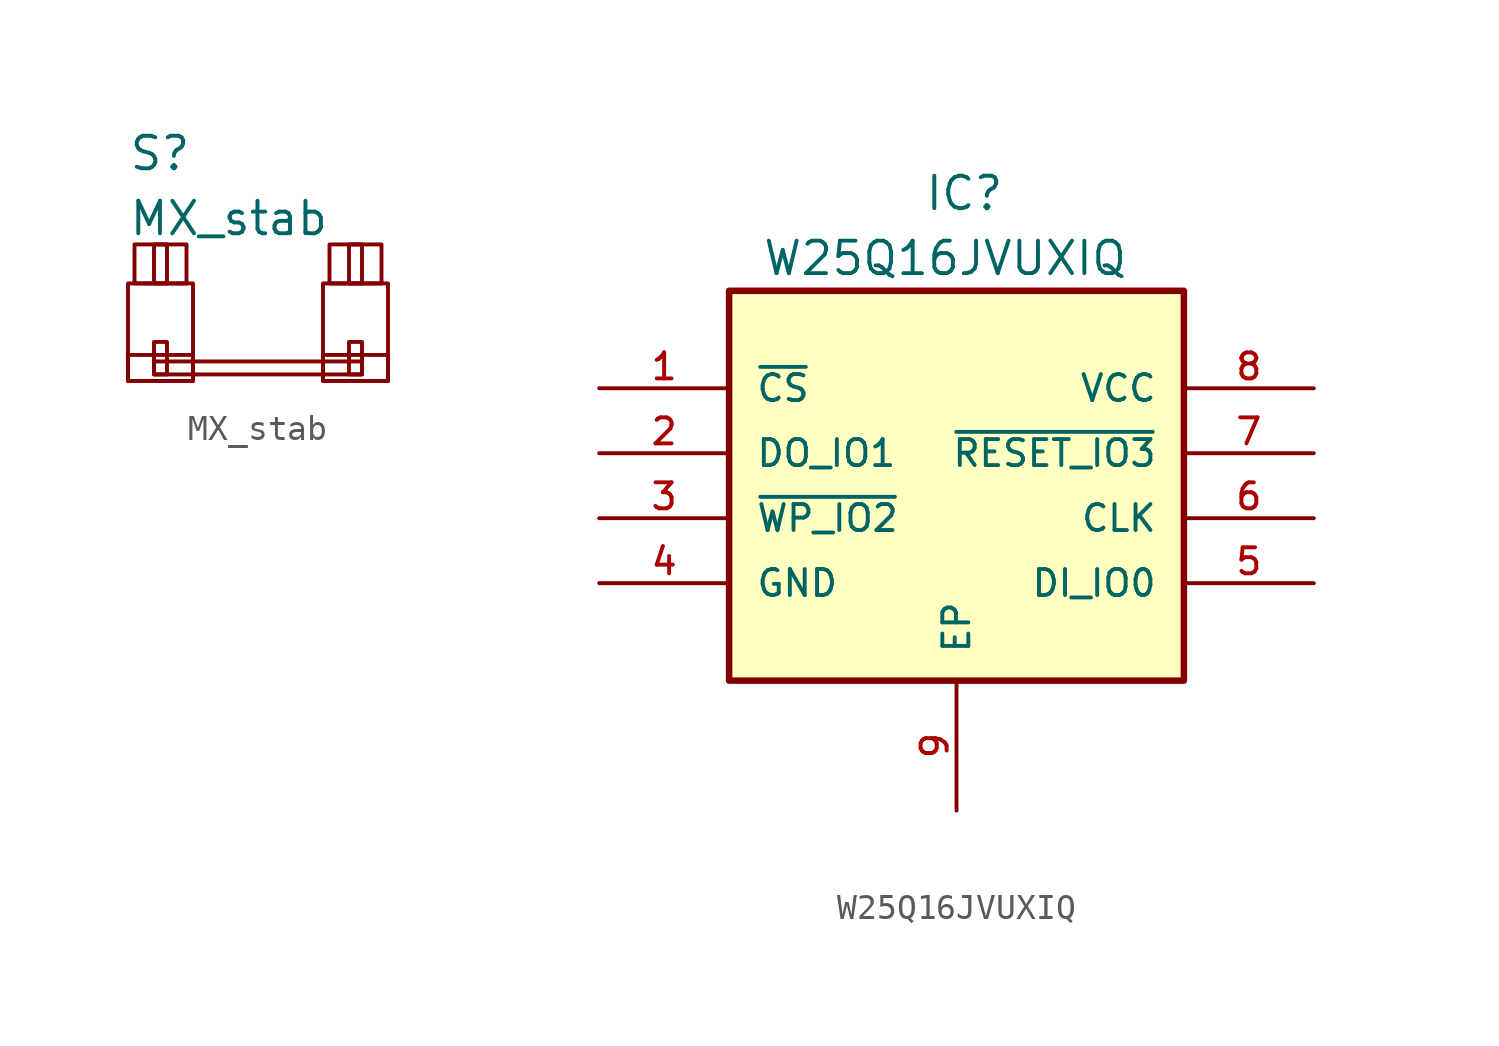
<source format=kicad_sym>
(kicad_symbol_lib
  (version 20220914)
  (generator kicad_symbol_editor)
  (symbol "MX_stab"
    (pin_names
      (offset 1.016))
    (property "Reference" "S"
      (at 0 6.604 0)
      (effects (font (size 1.27 1.27)) (justify left)))
    (property "Value" "MX_stab"
      (at 0 4.064 0)
      (effects (font (size 1.27 1.27)) (justify left)))
    (symbol "MX_stab_0_1"
      (rectangle (start 0 -1.27) (end 2.54 -2.286) (stroke (width 0) (type default)) (fill (type none)))
      (rectangle (start 0 1.524) (end 2.54 -2.286) (stroke (width 0) (type default)) (fill (type none)))
      (rectangle (start 0.254 3.048) (end 2.286 1.524) (stroke (width 0) (type default)) (fill (type none)))
      (rectangle (start 1.016 -2.032) (end 1.524 -0.762) (stroke (width 0) (type default)) (fill (type none)))
      (rectangle (start 1.016 -1.524) (end 9.144 -2.032) (stroke (width 0) (type default)) (fill (type none)))
      (rectangle (start 1.016 1.524) (end 1.524 3.048) (stroke (width 0) (type default)) (fill (type none)))
      (rectangle (start 7.62 -1.27) (end 10.16 -2.286) (stroke (width 0) (type default)) (fill (type none)))
      (rectangle (start 7.62 1.524) (end 10.16 -2.286) (stroke (width 0) (type default)) (fill (type none)))
      (rectangle (start 7.874 3.048) (end 9.906 1.524) (stroke (width 0) (type default)) (fill (type none)))
      (rectangle (start 8.636 1.524) (end 9.144 3.048) (stroke (width 0) (type default)) (fill (type none)))
      (rectangle (start 9.144 -2.032) (end 8.636 -0.762) (stroke (width 0) (type default)) (fill (type none)))))
  (symbol "W25Q16JVUXIQ"
    (pin_names
      (offset 1.016))
    (property "Reference" "IC"
      (at -1.27 12.7 0)
      (effects (font (size 1.27 1.27)) (justify left)))
    (property "Value" "W25Q16JVUXIQ"
      (at -7.62 10.16 0)
      (effects (font (size 1.27 1.27)) (justify left)))
    (symbol "W25Q16JVUXIQ_0_0"
      (rectangle (start -8.89 8.89) (end 8.89 -6.35) (stroke (width 0.254) (type default)) (fill (type background)))
      (pin bidirectional line (at -13.97 5.08 0) (length 5.08) (name "~{CS}" (effects (font (size 1.016 1.016)))) (number "1" (effects (font (size 1.016 1.016)))))
      (pin bidirectional line (at -13.97 -2.54 0) (length 5.08) (name "GND" (effects (font (size 1.016 1.016)))) (number "4" (effects (font (size 1.016 1.016)))))
      (pin bidirectional line (at 13.97 0 180) (length 5.08) (name "CLK" (effects (font (size 1.016 1.016)))) (number "6" (effects (font (size 1.016 1.016)))))
      (pin bidirectional line (at 13.97 5.08 180) (length 5.08) (name "VCC" (effects (font (size 1.016 1.016)))) (number "8" (effects (font (size 1.016 1.016)))))
      (pin bidirectional line (at 0 -11.43 90) (length 5.08) (name "EP" (effects (font (size 1.016 1.016)))) (number "9" (effects (font (size 1.016 1.016))))))
    (symbol "W25Q16JVUXIQ_1_0"
      (pin bidirectional line (at -13.97 2.54 0) (length 5.08) (name "DO_IO1" (effects (font (size 1.016 1.016)))) (number "2" (effects (font (size 1.016 1.016)))))
      (pin bidirectional line (at -13.97 0 0) (length 5.08) (name "~{WP_IO2}" (effects (font (size 1.016 1.016)))) (number "3" (effects (font (size 1.016 1.016)))))
      (pin bidirectional line (at 13.97 -2.54 180) (length 5.08) (name "DI_IO0" (effects (font (size 1.016 1.016)))) (number "5" (effects (font (size 1.016 1.016)))))
      (pin bidirectional line (at 13.97 2.54 180) (length 5.08) (name "~{RESET_IO3}" (effects (font (size 1.016 1.016)))) (number "7" (effects (font (size 1.016 1.016))))))))
</source>
